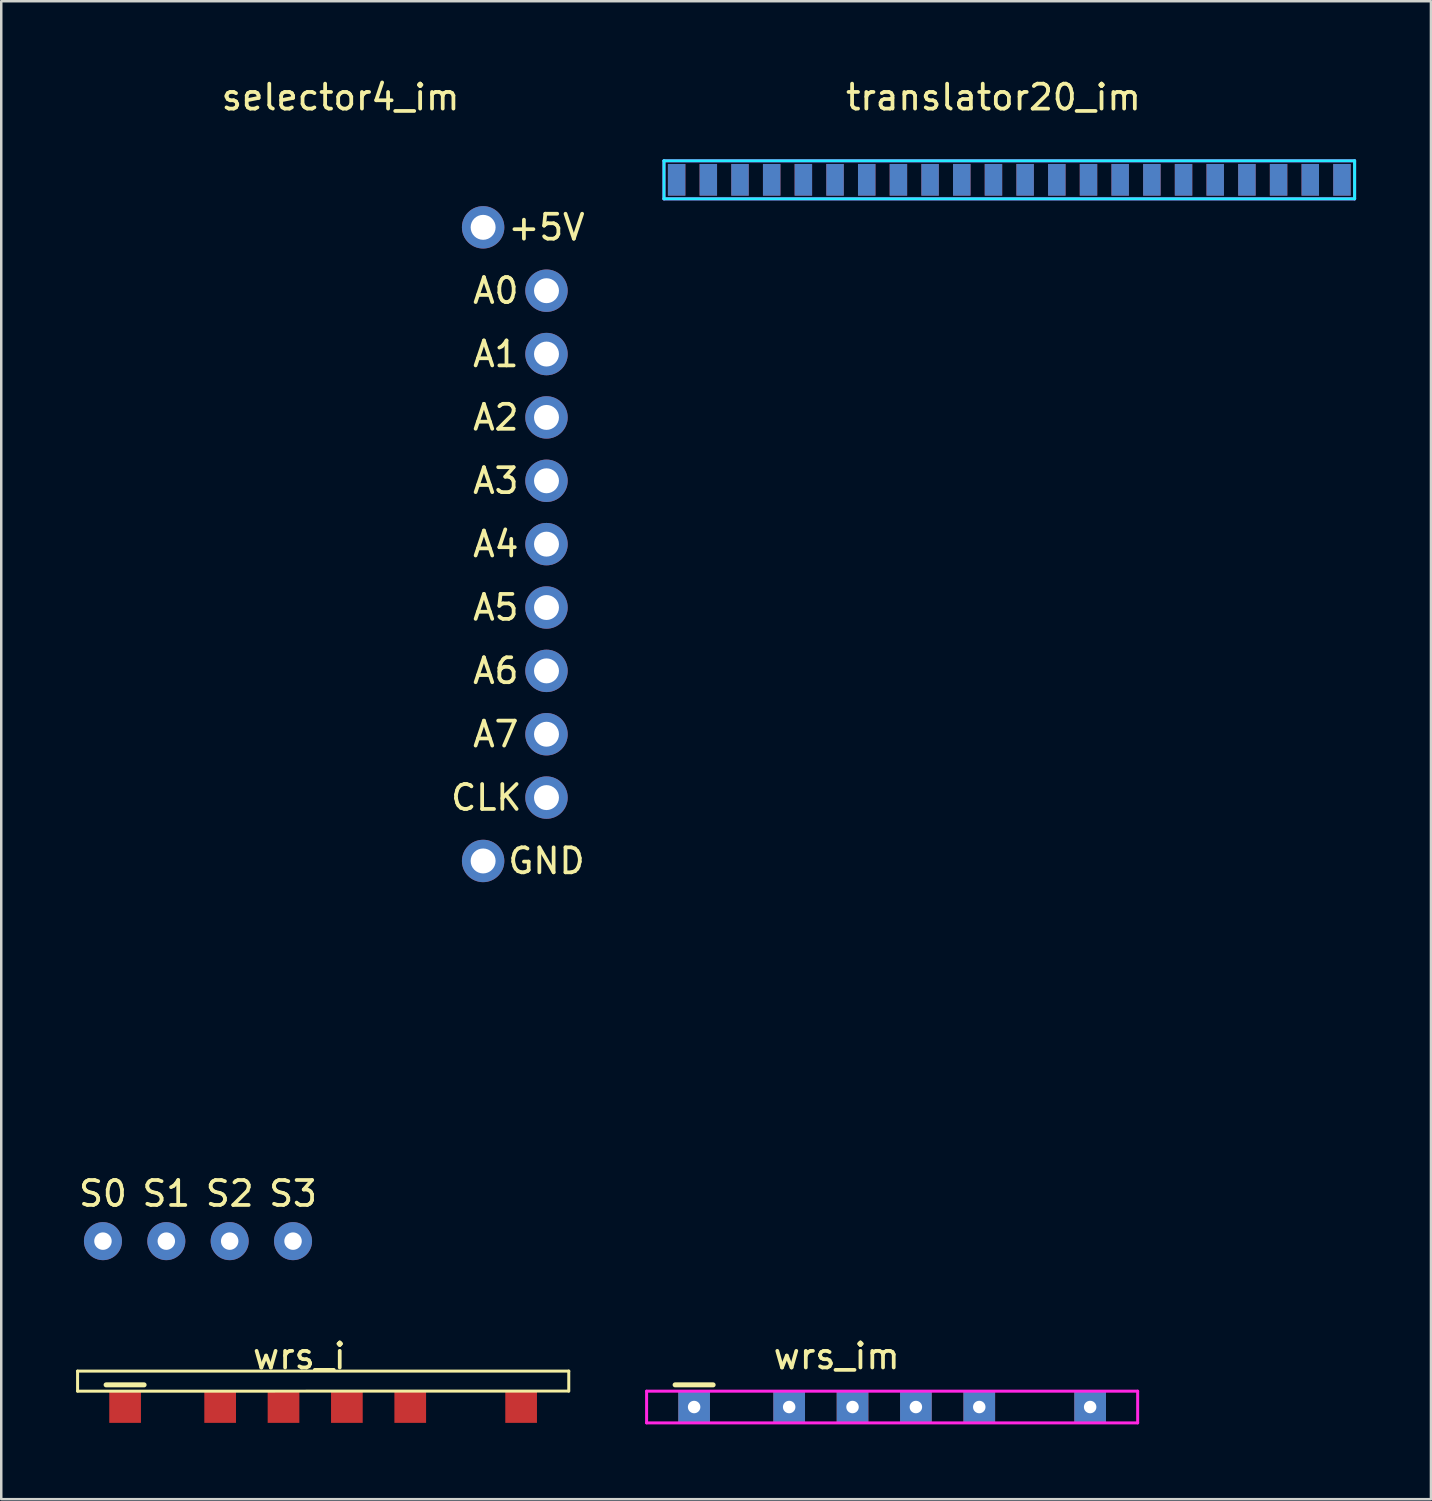
<source format=kicad_pcb>
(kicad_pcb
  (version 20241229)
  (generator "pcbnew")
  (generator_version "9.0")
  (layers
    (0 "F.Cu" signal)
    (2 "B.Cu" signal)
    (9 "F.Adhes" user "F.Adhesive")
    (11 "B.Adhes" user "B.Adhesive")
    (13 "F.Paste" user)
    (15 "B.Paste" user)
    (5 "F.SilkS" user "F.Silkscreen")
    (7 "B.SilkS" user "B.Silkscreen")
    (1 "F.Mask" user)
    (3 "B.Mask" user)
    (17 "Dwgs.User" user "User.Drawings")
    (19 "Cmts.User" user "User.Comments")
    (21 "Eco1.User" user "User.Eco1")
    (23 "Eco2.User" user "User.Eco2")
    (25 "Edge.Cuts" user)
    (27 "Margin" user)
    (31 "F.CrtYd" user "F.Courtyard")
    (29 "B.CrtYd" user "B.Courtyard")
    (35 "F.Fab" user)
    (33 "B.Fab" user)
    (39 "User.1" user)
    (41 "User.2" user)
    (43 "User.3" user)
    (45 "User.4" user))
  (footprint "wrs_i"
    (layer "F.Cu")
    (at 8.95 50.813)
    (property "Reference" "wrs_i" (at 0 0.5 0) (layer "F.SilkS") (effects (font (size 1 1) (thickness 0.15))))
    (attr through_hole)
    (fp_line (start -8.89 1.1) (end 10.8 1.1) (stroke (width 0.12) (type solid)) (layer "F.SilkS"))
    (fp_line (start -8.89 1.9) (end -8.89 1.1) (stroke (width 0.12) (type solid)) (layer "F.SilkS"))
    (fp_line (start -7.747 1.651) (end -6.223 1.651) (stroke (width 0.2) (type solid)) (layer "F.SilkS"))
    (fp_line (start 10.795 1.9) (end -8.89 1.905) (stroke (width 0.12) (type solid)) (layer "F.SilkS"))
    (fp_line (start 10.8 1.1) (end 10.8 1.9) (stroke (width 0.12) (type solid)) (layer "F.SilkS"))
    (pad "1" smd rect (at -6.985 2.54) (size 1.27 1.27) (layers "F.Cu" "F.Mask" "F.Paste"))
    (pad "2" smd rect (at -3.175 2.54) (size 1.27 1.27) (layers "F.Cu" "F.Mask" "F.Paste"))
    (pad "3" smd rect (at -0.635 2.54) (size 1.27 1.27) (layers "F.Cu" "F.Mask" "F.Paste"))
    (pad "4" smd rect (at 1.905 2.54) (size 1.27 1.27) (layers "F.Cu" "F.Mask" "F.Paste"))
    (pad "5" smd rect (at 4.445 2.54) (size 1.27 1.27) (layers "F.Cu" "F.Mask" "F.Paste"))
    (pad "6" smd rect (at 8.89 2.54) (size 1.27 1.27) (layers "F.Cu" "F.Mask" "F.Paste")))
  (footprint "translator20_im"
    (layer "F.Cu")
    (at 36.774 0.348)
    (property "Reference" "translator20_im" (at 0 0.5 0) (layer "F.SilkS") (effects (font (size 1 1) (thickness 0.15))))
    (attr through_hole)
    (fp_line (start -13.208 3.048) (end 14.478 3.048) (stroke (width 0.12) (type solid)) (layer "B.CrtYd"))
    (fp_line (start -13.208 4.572) (end -13.208 3.048) (stroke (width 0.12) (type solid)) (layer "B.CrtYd"))
    (fp_line (start 14.478 3.048) (end 14.478 4.572) (stroke (width 0.12) (type solid)) (layer "B.CrtYd"))
    (fp_line (start 14.478 4.572) (end -13.208 4.572) (stroke (width 0.12) (type solid)) (layer "B.CrtYd"))
    (fp_line (start -13.208 3.048) (end 14.478 3.048) (stroke (width 0.12) (type solid)) (layer "F.CrtYd"))
    (fp_line (start -13.208 4.572) (end -13.208 3.048) (stroke (width 0.12) (type solid)) (layer "F.CrtYd"))
    (fp_line (start 14.478 3.048) (end 14.478 4.572) (stroke (width 0.12) (type solid)) (layer "F.CrtYd"))
    (fp_line (start 14.478 4.572) (end -13.208 4.572) (stroke (width 0.12) (type solid)) (layer "F.CrtYd"))
    (pad "1" smd rect (at -12.7 3.81) (size 0.7 1.27) (layers "B.Cu" "B.Mask" "B.Paste"))
    (pad "2" smd rect (at -12.7 3.81) (size 0.7 1.27) (layers "F.Cu" "F.Mask" "F.Paste"))
    (pad "3" smd rect (at -11.43 3.81) (size 0.7 1.27) (layers "B.Cu" "B.Mask" "B.Paste"))
    (pad "4" smd rect (at -11.43 3.81) (size 0.7 1.27) (layers "F.Cu" "F.Mask" "F.Paste"))
    (pad "5" smd rect (at -10.16 3.81) (size 0.7 1.27) (layers "B.Cu" "B.Mask" "B.Paste"))
    (pad "6" smd rect (at -10.16 3.81) (size 0.7 1.27) (layers "F.Cu" "F.Mask" "F.Paste"))
    (pad "7" smd rect (at -8.89 3.81) (size 0.7 1.27) (layers "B.Cu" "B.Mask" "B.Paste"))
    (pad "8" smd rect (at -8.89 3.81) (size 0.7 1.27) (layers "F.Cu" "F.Mask" "F.Paste"))
    (pad "9" smd rect (at -7.62 3.81) (size 0.7 1.27) (layers "B.Cu" "B.Mask" "B.Paste"))
    (pad "10" smd rect (at -7.62 3.81) (size 0.7 1.27) (layers "F.Cu" "F.Mask" "F.Paste"))
    (pad "11" smd rect (at -6.35 3.81) (size 0.7 1.27) (layers "B.Cu" "B.Mask" "B.Paste"))
    (pad "12" smd rect (at -6.35 3.81) (size 0.7 1.27) (layers "F.Cu" "F.Mask" "F.Paste"))
    (pad "13" smd rect (at -5.08 3.81) (size 0.7 1.27) (layers "B.Cu" "B.Mask" "B.Paste"))
    (pad "14" smd rect (at -5.08 3.81) (size 0.7 1.27) (layers "F.Cu" "F.Mask" "F.Paste"))
    (pad "15" smd rect (at -3.81 3.81) (size 0.7 1.27) (layers "B.Cu" "B.Mask" "B.Paste"))
    (pad "16" smd rect (at -3.81 3.81) (size 0.7 1.27) (layers "F.Cu" "F.Mask" "F.Paste"))
    (pad "17" smd rect (at -2.54 3.81) (size 0.7 1.27) (layers "B.Cu" "B.Mask" "B.Paste"))
    (pad "18" smd rect (at -2.54 3.81) (size 0.7 1.27) (layers "F.Cu" "F.Mask" "F.Paste"))
    (pad "19" smd rect (at -1.27 3.81) (size 0.7 1.27) (layers "B.Cu" "B.Mask" "B.Paste"))
    (pad "20" smd rect (at -1.27 3.81) (size 0.7 1.27) (layers "F.Cu" "F.Mask" "F.Paste"))
    (pad "21" smd rect (at 0 3.81) (size 0.7 1.27) (layers "B.Cu" "B.Mask" "B.Paste"))
    (pad "22" smd rect (at 0 3.81) (size 0.7 1.27) (layers "F.Cu" "F.Mask" "F.Paste"))
    (pad "23" smd rect (at 1.27 3.81) (size 0.7 1.27) (layers "B.Cu" "B.Mask" "B.Paste"))
    (pad "24" smd rect (at 1.27 3.81) (size 0.7 1.27) (layers "F.Cu" "F.Mask" "F.Paste"))
    (pad "25" smd rect (at 2.54 3.81) (size 0.7 1.27) (layers "B.Cu" "B.Mask" "B.Paste"))
    (pad "26" smd rect (at 2.54 3.81) (size 0.7 1.27) (layers "F.Cu" "F.Mask" "F.Paste"))
    (pad "27" smd rect (at 3.81 3.81) (size 0.7 1.27) (layers "B.Cu" "B.Mask" "B.Paste"))
    (pad "28" smd rect (at 3.81 3.81) (size 0.7 1.27) (layers "F.Cu" "F.Mask" "F.Paste"))
    (pad "29" smd rect (at 5.08 3.81) (size 0.7 1.27) (layers "B.Cu" "B.Mask" "B.Paste"))
    (pad "30" smd rect (at 5.08 3.81) (size 0.7 1.27) (layers "F.Cu" "F.Mask" "F.Paste"))
    (pad "31" smd rect (at 6.35 3.81) (size 0.7 1.27) (layers "B.Cu" "B.Mask" "B.Paste"))
    (pad "32" smd rect (at 6.35 3.81) (size 0.7 1.27) (layers "F.Cu" "F.Mask" "F.Paste"))
    (pad "33" smd rect (at 7.62 3.81) (size 0.7 1.27) (layers "B.Cu" "B.Mask" "B.Paste"))
    (pad "34" smd rect (at 7.62 3.81) (size 0.7 1.27) (layers "F.Cu" "F.Mask" "F.Paste"))
    (pad "35" smd rect (at 8.89 3.81) (size 0.7 1.27) (layers "B.Cu" "B.Mask" "B.Paste"))
    (pad "36" smd rect (at 8.89 3.81) (size 0.7 1.27) (layers "F.Cu" "F.Mask" "F.Paste"))
    (pad "37" smd rect (at 10.16 3.81) (size 0.7 1.27) (layers "B.Cu" "B.Mask" "B.Paste"))
    (pad "38" smd rect (at 10.16 3.81) (size 0.7 1.27) (layers "F.Cu" "F.Mask" "F.Paste"))
    (pad "39" smd rect (at 11.43 3.81) (size 0.7 1.27) (layers "B.Cu" "B.Mask" "B.Paste"))
    (pad "40" smd rect (at 11.43 3.81) (size 0.7 1.27) (layers "F.Cu" "F.Mask" "F.Paste"))
    (pad "41" smd rect (at 12.7 3.81) (size 0.7 1.27) (layers "B.Cu" "B.Mask" "B.Paste"))
    (pad "42" smd rect (at 12.7 3.81) (size 0.7 1.27) (layers "F.Cu" "F.Mask" "F.Paste"))
    (pad "43" smd rect (at 13.97 3.81) (size 0.7 1.27) (layers "B.Cu" "B.Mask" "B.Paste"))
    (pad "44" smd rect (at 13.97 3.81) (size 0.7 1.27) (layers "F.Cu" "F.Mask" "F.Paste")))
  (footprint "wrs_im"
    (layer "F.Cu")
    (at 30.49 50.813)
    (property "Reference" "wrs_im" (at 0 0.5 0) (layer "F.SilkS") (effects (font (size 1 1) (thickness 0.15))))
    (attr through_hole)
    (fp_line (start -6.477 1.651) (end -4.953 1.651) (stroke (width 0.2) (type solid)) (layer "F.SilkS"))
    (fp_line (start -7.62 1.905) (end 12.065 1.905) (stroke (width 0.12) (type solid)) (layer "F.CrtYd"))
    (fp_line (start -7.62 3.175) (end -7.62 1.905) (stroke (width 0.12) (type solid)) (layer "F.CrtYd"))
    (fp_line (start 12.065 1.905) (end 12.065 3.175) (stroke (width 0.12) (type solid)) (layer "F.CrtYd"))
    (fp_line (start 12.065 3.175) (end -7.62 3.175) (stroke (width 0.12) (type solid)) (layer "F.CrtYd"))
    (pad "1" thru_hole rect (at -5.715 2.54) (size 1.27 1.27) (drill 0.5) (layers "*.Cu" "*.Mask"))
    (pad "2" thru_hole rect (at -1.905 2.54) (size 1.27 1.27) (drill 0.5) (layers "*.Cu" "*.Mask"))
    (pad "3" thru_hole rect (at 0.635 2.54) (size 1.27 1.27) (drill 0.5) (layers "*.Cu" "*.Mask"))
    (pad "4" thru_hole rect (at 3.175 2.54) (size 1.27 1.27) (drill 0.5) (layers "*.Cu" "*.Mask"))
    (pad "5" thru_hole rect (at 5.715 2.54) (size 1.27 1.27) (drill 0.5) (layers "*.Cu" "*.Mask"))
    (pad "6" thru_hole rect (at 10.16 2.54) (size 1.27 1.27) (drill 0.5) (layers "*.Cu" "*.Mask")))
  (footprint "selector4_im"
    (layer "F.Cu")
    (at 11.237 3.523)
    (property "Reference" "selector4_im" (at -0.635 -2.675 0) (layer "F.SilkS") (effects (font (size 1 1) (thickness 0.15))))
    (attr through_hole)
    (fp_text user "S3" (at -2.54 41.275 0) (layer "F.SilkS") (effects (font (size 1 1) (thickness 0.15))))
    (fp_text user "A0" (at 5.588 5.08 0) (layer "F.SilkS") (effects (font (size 1 1) (thickness 0.15))))
    (fp_text user "A3" (at 5.588 12.7 0) (layer "F.SilkS") (effects (font (size 1 1) (thickness 0.15))))
    (fp_text user "S1" (at -7.62 41.275 0) (layer "F.SilkS") (effects (font (size 1 1) (thickness 0.15))))
    (fp_text user "S2" (at -5.08 41.275 0) (layer "F.SilkS") (effects (font (size 1 1) (thickness 0.15))))
    (fp_text user "A2" (at 5.588 10.16 0) (layer "F.SilkS") (effects (font (size 1 1) (thickness 0.15))))
    (fp_text user "S0" (at -10.16 41.275 0) (layer "F.SilkS") (effects (font (size 1 1) (thickness 0.15))))
    (fp_text user "A4" (at 5.588 15.24 0) (layer "F.SilkS") (effects (font (size 1 1) (thickness 0.15))))
    (fp_text user "GND" (at 7.62 27.94 0) (layer "F.SilkS") (effects (font (size 1 1) (thickness 0.15))))
    (fp_text user "A1" (at 5.588 7.62 0) (layer "F.SilkS") (effects (font (size 1 1) (thickness 0.15))))
    (fp_text user "CLK" (at 5.207 25.4 0) (layer "F.SilkS") (effects (font (size 1 1) (thickness 0.15))))
    (fp_text user "A6" (at 5.588 20.32 0) (layer "F.SilkS") (effects (font (size 1 1) (thickness 0.15))))
    (fp_text user "A7" (at 5.588 22.86 0) (layer "F.SilkS") (effects (font (size 1 1) (thickness 0.15))))
    (fp_text user "A5" (at 5.588 17.78 0) (layer "F.SilkS") (effects (font (size 1 1) (thickness 0.15))))
    (fp_text user "+5V" (at 7.62 2.54 0) (layer "F.SilkS") (effects (font (size 1 1) (thickness 0.15))))
    (pad "1" thru_hole circle (at 5.08 2.54) (size 1.7 1.7) (drill 1) (layers "*.Cu" "*.Mask"))
    (pad "2" thru_hole circle (at 7.62 5.08) (size 1.7 1.7) (drill 1) (layers "*.Cu" "*.Mask"))
    (pad "3" thru_hole circle (at 7.62 7.62) (size 1.7 1.7) (drill 1) (layers "*.Cu" "*.Mask"))
    (pad "4" thru_hole circle (at 7.62 10.16) (size 1.7 1.7) (drill 1) (layers "*.Cu" "*.Mask"))
    (pad "5" thru_hole circle (at 7.62 12.7) (size 1.7 1.7) (drill 1) (layers "*.Cu" "*.Mask"))
    (pad "6" thru_hole circle (at 7.62 15.24) (size 1.7 1.7) (drill 1) (layers "*.Cu" "*.Mask"))
    (pad "7" thru_hole circle (at 7.62 17.78) (size 1.7 1.7) (drill 1) (layers "*.Cu" "*.Mask"))
    (pad "8" thru_hole circle (at 7.62 20.32) (size 1.7 1.7) (drill 1) (layers "*.Cu" "*.Mask"))
    (pad "9" thru_hole circle (at 7.62 22.86) (size 1.7 1.7) (drill 1) (layers "*.Cu" "*.Mask"))
    (pad "10" thru_hole circle (at 7.62 25.4) (size 1.7 1.7) (drill 1) (layers "*.Cu" "*.Mask"))
    (pad "11" thru_hole circle (at 5.08 27.94) (size 1.7 1.7) (drill 1) (layers "*.Cu" "*.Mask"))
    (pad "12" thru_hole circle (at -10.16 43.18) (size 1.524 1.524) (drill 0.7) (layers "*.Cu" "*.Mask"))
    (pad "13" thru_hole circle (at -7.62 43.18) (size 1.524 1.524) (drill 0.7) (layers "*.Cu" "*.Mask"))
    (pad "14" thru_hole circle (at -5.08 43.18) (size 1.524 1.524) (drill 0.7) (layers "*.Cu" "*.Mask"))
    (pad "15" thru_hole circle (at -2.54 43.18) (size 1.524 1.524) (drill 0.7) (layers "*.Cu" "*.Mask")))
  (gr_rect
    (start -3 -3)
    (end 54.312 57.048)
    (stroke (width 0.1) (type default))
    (fill no)
    (layer "Edge.Cuts")))
</source>
